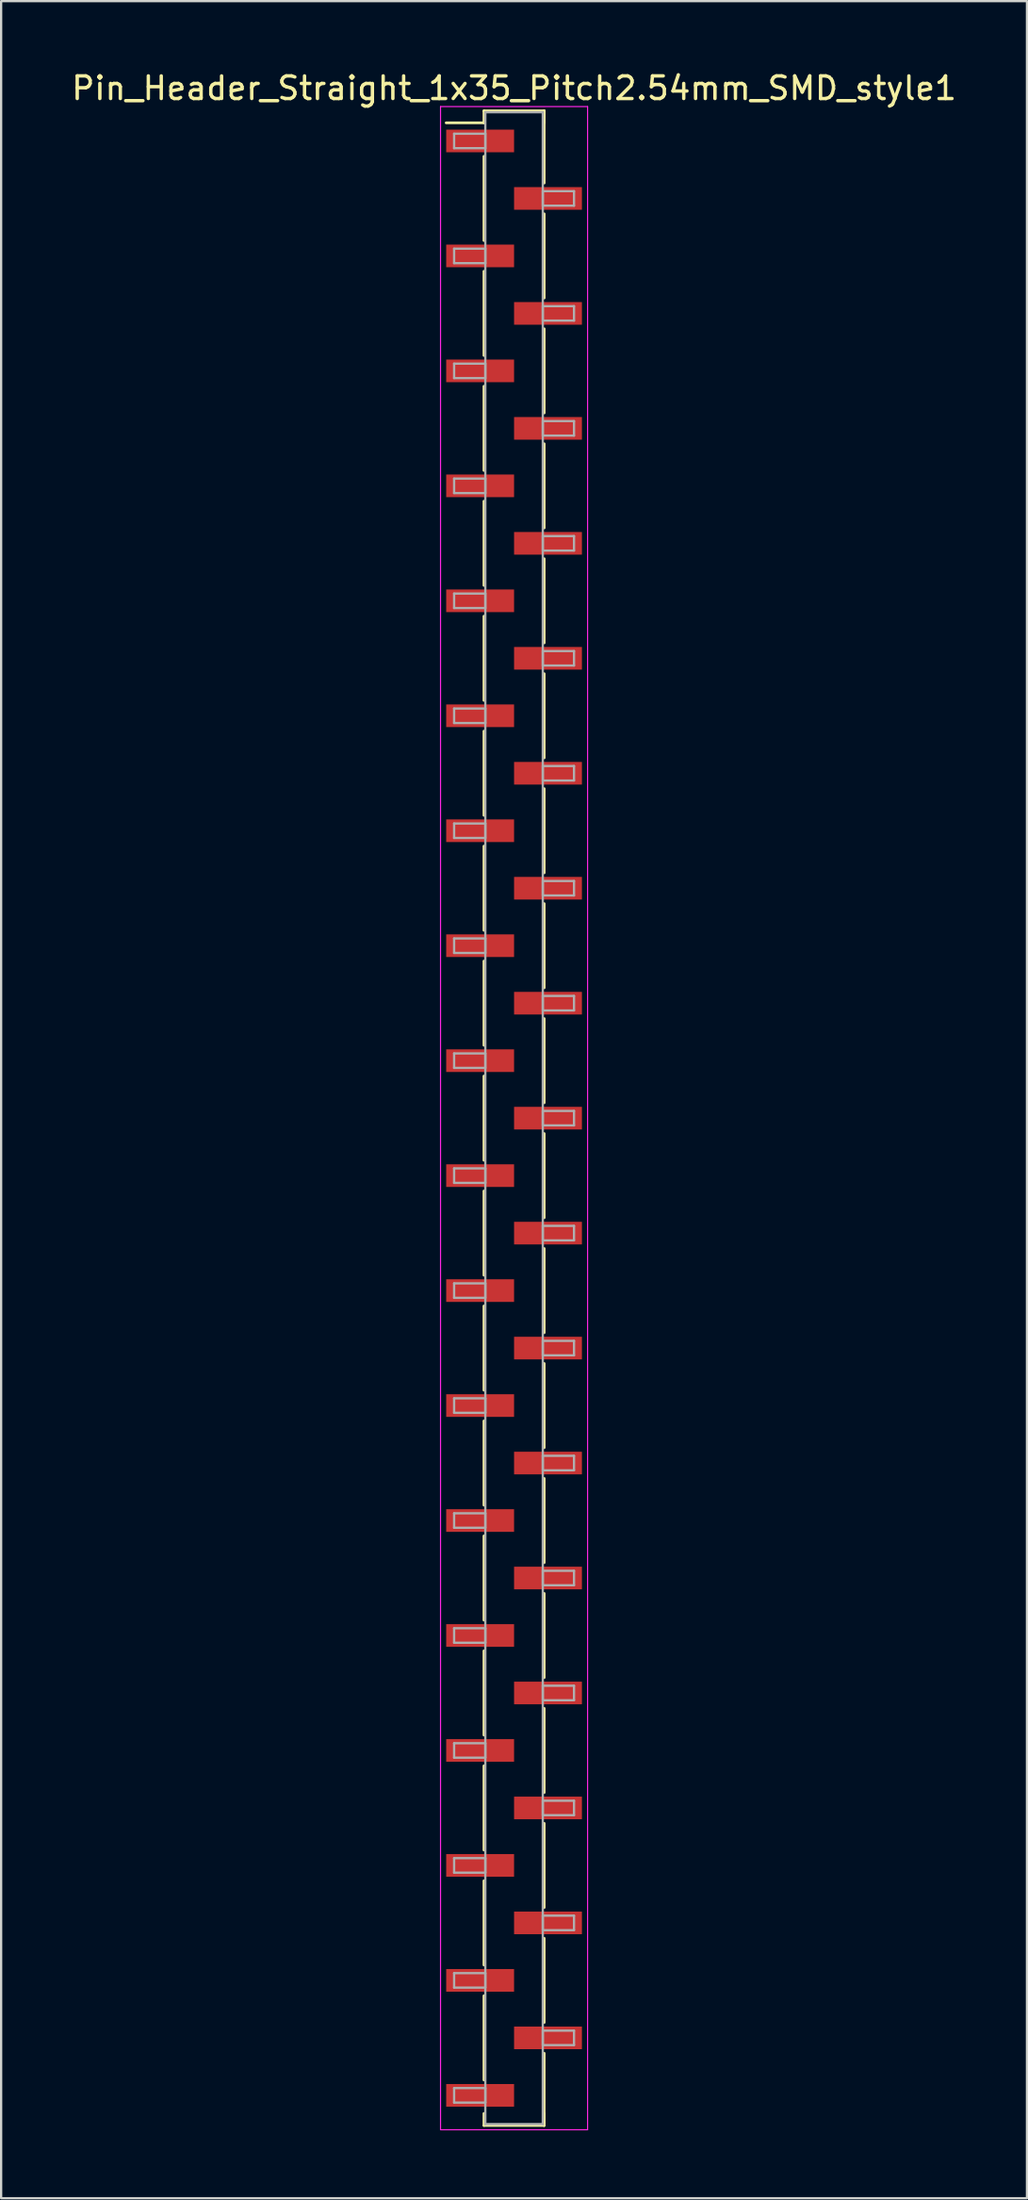
<source format=kicad_pcb>
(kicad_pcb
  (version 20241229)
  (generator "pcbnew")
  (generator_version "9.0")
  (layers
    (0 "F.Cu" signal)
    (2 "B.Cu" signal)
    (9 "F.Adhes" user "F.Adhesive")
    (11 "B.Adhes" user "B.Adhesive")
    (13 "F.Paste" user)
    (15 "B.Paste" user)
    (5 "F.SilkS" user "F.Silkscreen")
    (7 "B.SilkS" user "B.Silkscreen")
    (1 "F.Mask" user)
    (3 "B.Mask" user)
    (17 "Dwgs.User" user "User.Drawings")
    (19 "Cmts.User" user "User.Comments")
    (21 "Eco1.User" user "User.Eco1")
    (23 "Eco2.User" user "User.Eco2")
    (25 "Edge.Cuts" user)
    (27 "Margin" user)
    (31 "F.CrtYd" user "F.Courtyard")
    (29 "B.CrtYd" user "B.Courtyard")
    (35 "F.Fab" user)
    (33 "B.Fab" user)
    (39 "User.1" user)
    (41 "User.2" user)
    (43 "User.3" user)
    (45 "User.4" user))
  (footprint "Pin_Header_Straight_1x35_Pitch2.54mm_SMD_style1"
    (layer "F.Cu")
    (at 19.673 46.358)
    (property "Reference" "Pin_Header_Straight_1x35_Pitch2.54mm_SMD_style1" (at 0 -45.51 0) (layer "F.SilkS") (effects (font (size 1 1) (thickness 0.15))))
    (attr smd)
    (fp_line (start -1.33 -44.51) (end 1.33 -44.51) (stroke (width 0.12) (type solid)) (layer "F.SilkS"))
    (fp_line (start -1.33 -43.98) (end -3 -43.98) (stroke (width 0.12) (type solid)) (layer "F.SilkS"))
    (fp_line (start -1.33 -43.98) (end -1.33 -44.51) (stroke (width 0.12) (type solid)) (layer "F.SilkS"))
    (fp_line (start -1.33 -42.5) (end -1.33 -38.78) (stroke (width 0.12) (type solid)) (layer "F.SilkS"))
    (fp_line (start -1.33 -37.42) (end -1.33 -33.7) (stroke (width 0.12) (type solid)) (layer "F.SilkS"))
    (fp_line (start -1.33 -32.34) (end -1.33 -28.62) (stroke (width 0.12) (type solid)) (layer "F.SilkS"))
    (fp_line (start -1.33 -27.26) (end -1.33 -23.54) (stroke (width 0.12) (type solid)) (layer "F.SilkS"))
    (fp_line (start -1.33 -22.18) (end -1.33 -18.46) (stroke (width 0.12) (type solid)) (layer "F.SilkS"))
    (fp_line (start -1.33 -17.1) (end -1.33 -13.38) (stroke (width 0.12) (type solid)) (layer "F.SilkS"))
    (fp_line (start -1.33 -12.02) (end -1.33 -8.3) (stroke (width 0.12) (type solid)) (layer "F.SilkS"))
    (fp_line (start -1.33 -6.94) (end -1.33 -3.22) (stroke (width 0.12) (type solid)) (layer "F.SilkS"))
    (fp_line (start -1.33 -1.86) (end -1.33 1.86) (stroke (width 0.12) (type solid)) (layer "F.SilkS"))
    (fp_line (start -1.33 3.22) (end -1.33 6.94) (stroke (width 0.12) (type solid)) (layer "F.SilkS"))
    (fp_line (start -1.33 8.3) (end -1.33 12.02) (stroke (width 0.12) (type solid)) (layer "F.SilkS"))
    (fp_line (start -1.33 13.38) (end -1.33 17.1) (stroke (width 0.12) (type solid)) (layer "F.SilkS"))
    (fp_line (start -1.33 18.46) (end -1.33 22.18) (stroke (width 0.12) (type solid)) (layer "F.SilkS"))
    (fp_line (start -1.33 23.54) (end -1.33 27.26) (stroke (width 0.12) (type solid)) (layer "F.SilkS"))
    (fp_line (start -1.33 28.62) (end -1.33 32.34) (stroke (width 0.12) (type solid)) (layer "F.SilkS"))
    (fp_line (start -1.33 33.7) (end -1.33 37.42) (stroke (width 0.12) (type solid)) (layer "F.SilkS"))
    (fp_line (start -1.33 38.78) (end -1.33 42.5) (stroke (width 0.12) (type solid)) (layer "F.SilkS"))
    (fp_line (start -1.33 43.98) (end -1.33 44.51) (stroke (width 0.12) (type solid)) (layer "F.SilkS"))
    (fp_line (start -1.33 44.51) (end 1.33 44.51) (stroke (width 0.12) (type solid)) (layer "F.SilkS"))
    (fp_line (start 1.33 -44.51) (end 1.33 -43.98) (stroke (width 0.12) (type solid)) (layer "F.SilkS"))
    (fp_line (start 1.33 -44.51) (end 1.33 -41.32) (stroke (width 0.12) (type solid)) (layer "F.SilkS"))
    (fp_line (start 1.33 -39.96) (end 1.33 -36.24) (stroke (width 0.12) (type solid)) (layer "F.SilkS"))
    (fp_line (start 1.33 -34.88) (end 1.33 -31.16) (stroke (width 0.12) (type solid)) (layer "F.SilkS"))
    (fp_line (start 1.33 -29.8) (end 1.33 -26.08) (stroke (width 0.12) (type solid)) (layer "F.SilkS"))
    (fp_line (start 1.33 -24.72) (end 1.33 -21) (stroke (width 0.12) (type solid)) (layer "F.SilkS"))
    (fp_line (start 1.33 -19.64) (end 1.33 -15.92) (stroke (width 0.12) (type solid)) (layer "F.SilkS"))
    (fp_line (start 1.33 -14.56) (end 1.33 -10.84) (stroke (width 0.12) (type solid)) (layer "F.SilkS"))
    (fp_line (start 1.33 -9.48) (end 1.33 -5.76) (stroke (width 0.12) (type solid)) (layer "F.SilkS"))
    (fp_line (start 1.33 -4.4) (end 1.33 -0.68) (stroke (width 0.12) (type solid)) (layer "F.SilkS"))
    (fp_line (start 1.33 0.68) (end 1.33 4.4) (stroke (width 0.12) (type solid)) (layer "F.SilkS"))
    (fp_line (start 1.33 5.76) (end 1.33 9.48) (stroke (width 0.12) (type solid)) (layer "F.SilkS"))
    (fp_line (start 1.33 10.84) (end 1.33 14.56) (stroke (width 0.12) (type solid)) (layer "F.SilkS"))
    (fp_line (start 1.33 15.92) (end 1.33 19.64) (stroke (width 0.12) (type solid)) (layer "F.SilkS"))
    (fp_line (start 1.33 21) (end 1.33 24.72) (stroke (width 0.12) (type solid)) (layer "F.SilkS"))
    (fp_line (start 1.33 26.08) (end 1.33 29.8) (stroke (width 0.12) (type solid)) (layer "F.SilkS"))
    (fp_line (start 1.33 31.16) (end 1.33 34.88) (stroke (width 0.12) (type solid)) (layer "F.SilkS"))
    (fp_line (start 1.33 36.24) (end 1.33 39.96) (stroke (width 0.12) (type solid)) (layer "F.SilkS"))
    (fp_line (start 1.33 41.32) (end 1.33 44.51) (stroke (width 0.12) (type solid)) (layer "F.SilkS"))
    (fp_line (start 1.33 44.51) (end 1.33 43.98) (stroke (width 0.12) (type solid)) (layer "F.SilkS"))
    (fp_line (start -3.25 -44.7) (end -3.25 44.7) (stroke (width 0.05) (type solid)) (layer "F.CrtYd"))
    (fp_line (start -3.25 44.7) (end 3.25 44.7) (stroke (width 0.05) (type solid)) (layer "F.CrtYd"))
    (fp_line (start 3.25 -44.7) (end -3.25 -44.7) (stroke (width 0.05) (type solid)) (layer "F.CrtYd"))
    (fp_line (start 3.25 44.7) (end 3.25 -44.7) (stroke (width 0.05) (type solid)) (layer "F.CrtYd"))
    (fp_line (start -2.65 -43.5) (end -1.27 -43.5) (stroke (width 0.1) (type solid)) (layer "F.Fab"))
    (fp_line (start -2.65 -42.86) (end -2.65 -43.5) (stroke (width 0.1) (type solid)) (layer "F.Fab"))
    (fp_line (start -2.65 -38.42) (end -1.27 -38.42) (stroke (width 0.1) (type solid)) (layer "F.Fab"))
    (fp_line (start -2.65 -37.78) (end -2.65 -38.42) (stroke (width 0.1) (type solid)) (layer "F.Fab"))
    (fp_line (start -2.65 -33.34) (end -1.27 -33.34) (stroke (width 0.1) (type solid)) (layer "F.Fab"))
    (fp_line (start -2.65 -32.7) (end -2.65 -33.34) (stroke (width 0.1) (type solid)) (layer "F.Fab"))
    (fp_line (start -2.65 -28.26) (end -1.27 -28.26) (stroke (width 0.1) (type solid)) (layer "F.Fab"))
    (fp_line (start -2.65 -27.62) (end -2.65 -28.26) (stroke (width 0.1) (type solid)) (layer "F.Fab"))
    (fp_line (start -2.65 -23.18) (end -1.27 -23.18) (stroke (width 0.1) (type solid)) (layer "F.Fab"))
    (fp_line (start -2.65 -22.54) (end -2.65 -23.18) (stroke (width 0.1) (type solid)) (layer "F.Fab"))
    (fp_line (start -2.65 -18.1) (end -1.27 -18.1) (stroke (width 0.1) (type solid)) (layer "F.Fab"))
    (fp_line (start -2.65 -17.46) (end -2.65 -18.1) (stroke (width 0.1) (type solid)) (layer "F.Fab"))
    (fp_line (start -2.65 -13.02) (end -1.27 -13.02) (stroke (width 0.1) (type solid)) (layer "F.Fab"))
    (fp_line (start -2.65 -12.38) (end -2.65 -13.02) (stroke (width 0.1) (type solid)) (layer "F.Fab"))
    (fp_line (start -2.65 -7.94) (end -1.27 -7.94) (stroke (width 0.1) (type solid)) (layer "F.Fab"))
    (fp_line (start -2.65 -7.3) (end -2.65 -7.94) (stroke (width 0.1) (type solid)) (layer "F.Fab"))
    (fp_line (start -2.65 -2.86) (end -1.27 -2.86) (stroke (width 0.1) (type solid)) (layer "F.Fab"))
    (fp_line (start -2.65 -2.22) (end -2.65 -2.86) (stroke (width 0.1) (type solid)) (layer "F.Fab"))
    (fp_line (start -2.65 2.22) (end -1.27 2.22) (stroke (width 0.1) (type solid)) (layer "F.Fab"))
    (fp_line (start -2.65 2.86) (end -2.65 2.22) (stroke (width 0.1) (type solid)) (layer "F.Fab"))
    (fp_line (start -2.65 7.3) (end -1.27 7.3) (stroke (width 0.1) (type solid)) (layer "F.Fab"))
    (fp_line (start -2.65 7.94) (end -2.65 7.3) (stroke (width 0.1) (type solid)) (layer "F.Fab"))
    (fp_line (start -2.65 12.38) (end -1.27 12.38) (stroke (width 0.1) (type solid)) (layer "F.Fab"))
    (fp_line (start -2.65 13.02) (end -2.65 12.38) (stroke (width 0.1) (type solid)) (layer "F.Fab"))
    (fp_line (start -2.65 17.46) (end -1.27 17.46) (stroke (width 0.1) (type solid)) (layer "F.Fab"))
    (fp_line (start -2.65 18.1) (end -2.65 17.46) (stroke (width 0.1) (type solid)) (layer "F.Fab"))
    (fp_line (start -2.65 22.54) (end -1.27 22.54) (stroke (width 0.1) (type solid)) (layer "F.Fab"))
    (fp_line (start -2.65 23.18) (end -2.65 22.54) (stroke (width 0.1) (type solid)) (layer "F.Fab"))
    (fp_line (start -2.65 27.62) (end -1.27 27.62) (stroke (width 0.1) (type solid)) (layer "F.Fab"))
    (fp_line (start -2.65 28.26) (end -2.65 27.62) (stroke (width 0.1) (type solid)) (layer "F.Fab"))
    (fp_line (start -2.65 32.7) (end -1.27 32.7) (stroke (width 0.1) (type solid)) (layer "F.Fab"))
    (fp_line (start -2.65 33.34) (end -2.65 32.7) (stroke (width 0.1) (type solid)) (layer "F.Fab"))
    (fp_line (start -2.65 37.78) (end -1.27 37.78) (stroke (width 0.1) (type solid)) (layer "F.Fab"))
    (fp_line (start -2.65 38.42) (end -2.65 37.78) (stroke (width 0.1) (type solid)) (layer "F.Fab"))
    (fp_line (start -2.65 42.86) (end -1.27 42.86) (stroke (width 0.1) (type solid)) (layer "F.Fab"))
    (fp_line (start -2.65 43.5) (end -2.65 42.86) (stroke (width 0.1) (type solid)) (layer "F.Fab"))
    (fp_line (start -1.27 -44.45) (end -1.27 44.45) (stroke (width 0.1) (type solid)) (layer "F.Fab"))
    (fp_line (start -1.27 -43.5) (end -1.27 -42.86) (stroke (width 0.1) (type solid)) (layer "F.Fab"))
    (fp_line (start -1.27 -42.86) (end -2.65 -42.86) (stroke (width 0.1) (type solid)) (layer "F.Fab"))
    (fp_line (start -1.27 -38.42) (end -1.27 -37.78) (stroke (width 0.1) (type solid)) (layer "F.Fab"))
    (fp_line (start -1.27 -37.78) (end -2.65 -37.78) (stroke (width 0.1) (type solid)) (layer "F.Fab"))
    (fp_line (start -1.27 -33.34) (end -1.27 -32.7) (stroke (width 0.1) (type solid)) (layer "F.Fab"))
    (fp_line (start -1.27 -32.7) (end -2.65 -32.7) (stroke (width 0.1) (type solid)) (layer "F.Fab"))
    (fp_line (start -1.27 -28.26) (end -1.27 -27.62) (stroke (width 0.1) (type solid)) (layer "F.Fab"))
    (fp_line (start -1.27 -27.62) (end -2.65 -27.62) (stroke (width 0.1) (type solid)) (layer "F.Fab"))
    (fp_line (start -1.27 -23.18) (end -1.27 -22.54) (stroke (width 0.1) (type solid)) (layer "F.Fab"))
    (fp_line (start -1.27 -22.54) (end -2.65 -22.54) (stroke (width 0.1) (type solid)) (layer "F.Fab"))
    (fp_line (start -1.27 -18.1) (end -1.27 -17.46) (stroke (width 0.1) (type solid)) (layer "F.Fab"))
    (fp_line (start -1.27 -17.46) (end -2.65 -17.46) (stroke (width 0.1) (type solid)) (layer "F.Fab"))
    (fp_line (start -1.27 -13.02) (end -1.27 -12.38) (stroke (width 0.1) (type solid)) (layer "F.Fab"))
    (fp_line (start -1.27 -12.38) (end -2.65 -12.38) (stroke (width 0.1) (type solid)) (layer "F.Fab"))
    (fp_line (start -1.27 -7.94) (end -1.27 -7.3) (stroke (width 0.1) (type solid)) (layer "F.Fab"))
    (fp_line (start -1.27 -7.3) (end -2.65 -7.3) (stroke (width 0.1) (type solid)) (layer "F.Fab"))
    (fp_line (start -1.27 -2.86) (end -1.27 -2.22) (stroke (width 0.1) (type solid)) (layer "F.Fab"))
    (fp_line (start -1.27 -2.22) (end -2.65 -2.22) (stroke (width 0.1) (type solid)) (layer "F.Fab"))
    (fp_line (start -1.27 2.22) (end -1.27 2.86) (stroke (width 0.1) (type solid)) (layer "F.Fab"))
    (fp_line (start -1.27 2.86) (end -2.65 2.86) (stroke (width 0.1) (type solid)) (layer "F.Fab"))
    (fp_line (start -1.27 7.3) (end -1.27 7.94) (stroke (width 0.1) (type solid)) (layer "F.Fab"))
    (fp_line (start -1.27 7.94) (end -2.65 7.94) (stroke (width 0.1) (type solid)) (layer "F.Fab"))
    (fp_line (start -1.27 12.38) (end -1.27 13.02) (stroke (width 0.1) (type solid)) (layer "F.Fab"))
    (fp_line (start -1.27 13.02) (end -2.65 13.02) (stroke (width 0.1) (type solid)) (layer "F.Fab"))
    (fp_line (start -1.27 17.46) (end -1.27 18.1) (stroke (width 0.1) (type solid)) (layer "F.Fab"))
    (fp_line (start -1.27 18.1) (end -2.65 18.1) (stroke (width 0.1) (type solid)) (layer "F.Fab"))
    (fp_line (start -1.27 22.54) (end -1.27 23.18) (stroke (width 0.1) (type solid)) (layer "F.Fab"))
    (fp_line (start -1.27 23.18) (end -2.65 23.18) (stroke (width 0.1) (type solid)) (layer "F.Fab"))
    (fp_line (start -1.27 27.62) (end -1.27 28.26) (stroke (width 0.1) (type solid)) (layer "F.Fab"))
    (fp_line (start -1.27 28.26) (end -2.65 28.26) (stroke (width 0.1) (type solid)) (layer "F.Fab"))
    (fp_line (start -1.27 32.7) (end -1.27 33.34) (stroke (width 0.1) (type solid)) (layer "F.Fab"))
    (fp_line (start -1.27 33.34) (end -2.65 33.34) (stroke (width 0.1) (type solid)) (layer "F.Fab"))
    (fp_line (start -1.27 37.78) (end -1.27 38.42) (stroke (width 0.1) (type solid)) (layer "F.Fab"))
    (fp_line (start -1.27 38.42) (end -2.65 38.42) (stroke (width 0.1) (type solid)) (layer "F.Fab"))
    (fp_line (start -1.27 42.86) (end -1.27 43.5) (stroke (width 0.1) (type solid)) (layer "F.Fab"))
    (fp_line (start -1.27 43.5) (end -2.65 43.5) (stroke (width 0.1) (type solid)) (layer "F.Fab"))
    (fp_line (start -1.27 44.45) (end 1.27 44.45) (stroke (width 0.1) (type solid)) (layer "F.Fab"))
    (fp_line (start 1.27 -44.45) (end -1.27 -44.45) (stroke (width 0.1) (type solid)) (layer "F.Fab"))
    (fp_line (start 1.27 -40.96) (end 1.27 -40.32) (stroke (width 0.1) (type solid)) (layer "F.Fab"))
    (fp_line (start 1.27 -40.32) (end 2.65 -40.32) (stroke (width 0.1) (type solid)) (layer "F.Fab"))
    (fp_line (start 1.27 -35.88) (end 1.27 -35.24) (stroke (width 0.1) (type solid)) (layer "F.Fab"))
    (fp_line (start 1.27 -35.24) (end 2.65 -35.24) (stroke (width 0.1) (type solid)) (layer "F.Fab"))
    (fp_line (start 1.27 -30.8) (end 1.27 -30.16) (stroke (width 0.1) (type solid)) (layer "F.Fab"))
    (fp_line (start 1.27 -30.16) (end 2.65 -30.16) (stroke (width 0.1) (type solid)) (layer "F.Fab"))
    (fp_line (start 1.27 -25.72) (end 1.27 -25.08) (stroke (width 0.1) (type solid)) (layer "F.Fab"))
    (fp_line (start 1.27 -25.08) (end 2.65 -25.08) (stroke (width 0.1) (type solid)) (layer "F.Fab"))
    (fp_line (start 1.27 -20.64) (end 1.27 -20) (stroke (width 0.1) (type solid)) (layer "F.Fab"))
    (fp_line (start 1.27 -20) (end 2.65 -20) (stroke (width 0.1) (type solid)) (layer "F.Fab"))
    (fp_line (start 1.27 -15.56) (end 1.27 -14.92) (stroke (width 0.1) (type solid)) (layer "F.Fab"))
    (fp_line (start 1.27 -14.92) (end 2.65 -14.92) (stroke (width 0.1) (type solid)) (layer "F.Fab"))
    (fp_line (start 1.27 -10.48) (end 1.27 -9.84) (stroke (width 0.1) (type solid)) (layer "F.Fab"))
    (fp_line (start 1.27 -9.84) (end 2.65 -9.84) (stroke (width 0.1) (type solid)) (layer "F.Fab"))
    (fp_line (start 1.27 -5.4) (end 1.27 -4.76) (stroke (width 0.1) (type solid)) (layer "F.Fab"))
    (fp_line (start 1.27 -4.76) (end 2.65 -4.76) (stroke (width 0.1) (type solid)) (layer "F.Fab"))
    (fp_line (start 1.27 -0.32) (end 1.27 0.32) (stroke (width 0.1) (type solid)) (layer "F.Fab"))
    (fp_line (start 1.27 0.32) (end 2.65 0.32) (stroke (width 0.1) (type solid)) (layer "F.Fab"))
    (fp_line (start 1.27 4.76) (end 1.27 5.4) (stroke (width 0.1) (type solid)) (layer "F.Fab"))
    (fp_line (start 1.27 5.4) (end 2.65 5.4) (stroke (width 0.1) (type solid)) (layer "F.Fab"))
    (fp_line (start 1.27 9.84) (end 1.27 10.48) (stroke (width 0.1) (type solid)) (layer "F.Fab"))
    (fp_line (start 1.27 10.48) (end 2.65 10.48) (stroke (width 0.1) (type solid)) (layer "F.Fab"))
    (fp_line (start 1.27 14.92) (end 1.27 15.56) (stroke (width 0.1) (type solid)) (layer "F.Fab"))
    (fp_line (start 1.27 15.56) (end 2.65 15.56) (stroke (width 0.1) (type solid)) (layer "F.Fab"))
    (fp_line (start 1.27 20) (end 1.27 20.64) (stroke (width 0.1) (type solid)) (layer "F.Fab"))
    (fp_line (start 1.27 20.64) (end 2.65 20.64) (stroke (width 0.1) (type solid)) (layer "F.Fab"))
    (fp_line (start 1.27 25.08) (end 1.27 25.72) (stroke (width 0.1) (type solid)) (layer "F.Fab"))
    (fp_line (start 1.27 25.72) (end 2.65 25.72) (stroke (width 0.1) (type solid)) (layer "F.Fab"))
    (fp_line (start 1.27 30.16) (end 1.27 30.8) (stroke (width 0.1) (type solid)) (layer "F.Fab"))
    (fp_line (start 1.27 30.8) (end 2.65 30.8) (stroke (width 0.1) (type solid)) (layer "F.Fab"))
    (fp_line (start 1.27 35.24) (end 1.27 35.88) (stroke (width 0.1) (type solid)) (layer "F.Fab"))
    (fp_line (start 1.27 35.88) (end 2.65 35.88) (stroke (width 0.1) (type solid)) (layer "F.Fab"))
    (fp_line (start 1.27 40.32) (end 1.27 40.96) (stroke (width 0.1) (type solid)) (layer "F.Fab"))
    (fp_line (start 1.27 40.96) (end 2.65 40.96) (stroke (width 0.1) (type solid)) (layer "F.Fab"))
    (fp_line (start 1.27 44.45) (end 1.27 -44.45) (stroke (width 0.1) (type solid)) (layer "F.Fab"))
    (fp_line (start 2.65 -40.96) (end 1.27 -40.96) (stroke (width 0.1) (type solid)) (layer "F.Fab"))
    (fp_line (start 2.65 -40.32) (end 2.65 -40.96) (stroke (width 0.1) (type solid)) (layer "F.Fab"))
    (fp_line (start 2.65 -35.88) (end 1.27 -35.88) (stroke (width 0.1) (type solid)) (layer "F.Fab"))
    (fp_line (start 2.65 -35.24) (end 2.65 -35.88) (stroke (width 0.1) (type solid)) (layer "F.Fab"))
    (fp_line (start 2.65 -30.8) (end 1.27 -30.8) (stroke (width 0.1) (type solid)) (layer "F.Fab"))
    (fp_line (start 2.65 -30.16) (end 2.65 -30.8) (stroke (width 0.1) (type solid)) (layer "F.Fab"))
    (fp_line (start 2.65 -25.72) (end 1.27 -25.72) (stroke (width 0.1) (type solid)) (layer "F.Fab"))
    (fp_line (start 2.65 -25.08) (end 2.65 -25.72) (stroke (width 0.1) (type solid)) (layer "F.Fab"))
    (fp_line (start 2.65 -20.64) (end 1.27 -20.64) (stroke (width 0.1) (type solid)) (layer "F.Fab"))
    (fp_line (start 2.65 -20) (end 2.65 -20.64) (stroke (width 0.1) (type solid)) (layer "F.Fab"))
    (fp_line (start 2.65 -15.56) (end 1.27 -15.56) (stroke (width 0.1) (type solid)) (layer "F.Fab"))
    (fp_line (start 2.65 -14.92) (end 2.65 -15.56) (stroke (width 0.1) (type solid)) (layer "F.Fab"))
    (fp_line (start 2.65 -10.48) (end 1.27 -10.48) (stroke (width 0.1) (type solid)) (layer "F.Fab"))
    (fp_line (start 2.65 -9.84) (end 2.65 -10.48) (stroke (width 0.1) (type solid)) (layer "F.Fab"))
    (fp_line (start 2.65 -5.4) (end 1.27 -5.4) (stroke (width 0.1) (type solid)) (layer "F.Fab"))
    (fp_line (start 2.65 -4.76) (end 2.65 -5.4) (stroke (width 0.1) (type solid)) (layer "F.Fab"))
    (fp_line (start 2.65 -0.32) (end 1.27 -0.32) (stroke (width 0.1) (type solid)) (layer "F.Fab"))
    (fp_line (start 2.65 0.32) (end 2.65 -0.32) (stroke (width 0.1) (type solid)) (layer "F.Fab"))
    (fp_line (start 2.65 4.76) (end 1.27 4.76) (stroke (width 0.1) (type solid)) (layer "F.Fab"))
    (fp_line (start 2.65 5.4) (end 2.65 4.76) (stroke (width 0.1) (type solid)) (layer "F.Fab"))
    (fp_line (start 2.65 9.84) (end 1.27 9.84) (stroke (width 0.1) (type solid)) (layer "F.Fab"))
    (fp_line (start 2.65 10.48) (end 2.65 9.84) (stroke (width 0.1) (type solid)) (layer "F.Fab"))
    (fp_line (start 2.65 14.92) (end 1.27 14.92) (stroke (width 0.1) (type solid)) (layer "F.Fab"))
    (fp_line (start 2.65 15.56) (end 2.65 14.92) (stroke (width 0.1) (type solid)) (layer "F.Fab"))
    (fp_line (start 2.65 20) (end 1.27 20) (stroke (width 0.1) (type solid)) (layer "F.Fab"))
    (fp_line (start 2.65 20.64) (end 2.65 20) (stroke (width 0.1) (type solid)) (layer "F.Fab"))
    (fp_line (start 2.65 25.08) (end 1.27 25.08) (stroke (width 0.1) (type solid)) (layer "F.Fab"))
    (fp_line (start 2.65 25.72) (end 2.65 25.08) (stroke (width 0.1) (type solid)) (layer "F.Fab"))
    (fp_line (start 2.65 30.16) (end 1.27 30.16) (stroke (width 0.1) (type solid)) (layer "F.Fab"))
    (fp_line (start 2.65 30.8) (end 2.65 30.16) (stroke (width 0.1) (type solid)) (layer "F.Fab"))
    (fp_line (start 2.65 35.24) (end 1.27 35.24) (stroke (width 0.1) (type solid)) (layer "F.Fab"))
    (fp_line (start 2.65 35.88) (end 2.65 35.24) (stroke (width 0.1) (type solid)) (layer "F.Fab"))
    (fp_line (start 2.65 40.32) (end 1.27 40.32) (stroke (width 0.1) (type solid)) (layer "F.Fab"))
    (fp_line (start 2.65 40.96) (end 2.65 40.32) (stroke (width 0.1) (type solid)) (layer "F.Fab"))
    (pad "1" smd rect (at -1.5 -43.18) (size 3 1) (layers "F.Cu" "F.Mask"))
    (pad "2" smd rect (at 1.5 -40.64) (size 3 1) (layers "F.Cu" "F.Mask"))
    (pad "3" smd rect (at -1.5 -38.1) (size 3 1) (layers "F.Cu" "F.Mask"))
    (pad "4" smd rect (at 1.5 -35.56) (size 3 1) (layers "F.Cu" "F.Mask"))
    (pad "5" smd rect (at -1.5 -33.02) (size 3 1) (layers "F.Cu" "F.Mask"))
    (pad "6" smd rect (at 1.5 -30.48) (size 3 1) (layers "F.Cu" "F.Mask"))
    (pad "7" smd rect (at -1.5 -27.94) (size 3 1) (layers "F.Cu" "F.Mask"))
    (pad "8" smd rect (at 1.5 -25.4) (size 3 1) (layers "F.Cu" "F.Mask"))
    (pad "9" smd rect (at -1.5 -22.86) (size 3 1) (layers "F.Cu" "F.Mask"))
    (pad "10" smd rect (at 1.5 -20.32) (size 3 1) (layers "F.Cu" "F.Mask"))
    (pad "11" smd rect (at -1.5 -17.78) (size 3 1) (layers "F.Cu" "F.Mask"))
    (pad "12" smd rect (at 1.5 -15.24) (size 3 1) (layers "F.Cu" "F.Mask"))
    (pad "13" smd rect (at -1.5 -12.7) (size 3 1) (layers "F.Cu" "F.Mask"))
    (pad "14" smd rect (at 1.5 -10.16) (size 3 1) (layers "F.Cu" "F.Mask"))
    (pad "15" smd rect (at -1.5 -7.62) (size 3 1) (layers "F.Cu" "F.Mask"))
    (pad "16" smd rect (at 1.5 -5.08) (size 3 1) (layers "F.Cu" "F.Mask"))
    (pad "17" smd rect (at -1.5 -2.54) (size 3 1) (layers "F.Cu" "F.Mask"))
    (pad "18" smd rect (at 1.5 0) (size 3 1) (layers "F.Cu" "F.Mask"))
    (pad "19" smd rect (at -1.5 2.54) (size 3 1) (layers "F.Cu" "F.Mask"))
    (pad "20" smd rect (at 1.5 5.08) (size 3 1) (layers "F.Cu" "F.Mask"))
    (pad "21" smd rect (at -1.5 7.62) (size 3 1) (layers "F.Cu" "F.Mask"))
    (pad "22" smd rect (at 1.5 10.16) (size 3 1) (layers "F.Cu" "F.Mask"))
    (pad "23" smd rect (at -1.5 12.7) (size 3 1) (layers "F.Cu" "F.Mask"))
    (pad "24" smd rect (at 1.5 15.24) (size 3 1) (layers "F.Cu" "F.Mask"))
    (pad "25" smd rect (at -1.5 17.78) (size 3 1) (layers "F.Cu" "F.Mask"))
    (pad "26" smd rect (at 1.5 20.32) (size 3 1) (layers "F.Cu" "F.Mask"))
    (pad "27" smd rect (at -1.5 22.86) (size 3 1) (layers "F.Cu" "F.Mask"))
    (pad "28" smd rect (at 1.5 25.4) (size 3 1) (layers "F.Cu" "F.Mask"))
    (pad "29" smd rect (at -1.5 27.94) (size 3 1) (layers "F.Cu" "F.Mask"))
    (pad "30" smd rect (at 1.5 30.48) (size 3 1) (layers "F.Cu" "F.Mask"))
    (pad "31" smd rect (at -1.5 33.02) (size 3 1) (layers "F.Cu" "F.Mask"))
    (pad "32" smd rect (at 1.5 35.56) (size 3 1) (layers "F.Cu" "F.Mask"))
    (pad "33" smd rect (at -1.5 38.1) (size 3 1) (layers "F.Cu" "F.Mask"))
    (pad "34" smd rect (at 1.5 40.64) (size 3 1) (layers "F.Cu" "F.Mask"))
    (pad "35" smd rect (at -1.5 43.18) (size 3 1) (layers "F.Cu" "F.Mask")))
  (gr_rect
    (start -3 -3)
    (end 42.345 94.083)
    (stroke (width 0.1) (type default))
    (fill no)
    (layer "Edge.Cuts")))
</source>
